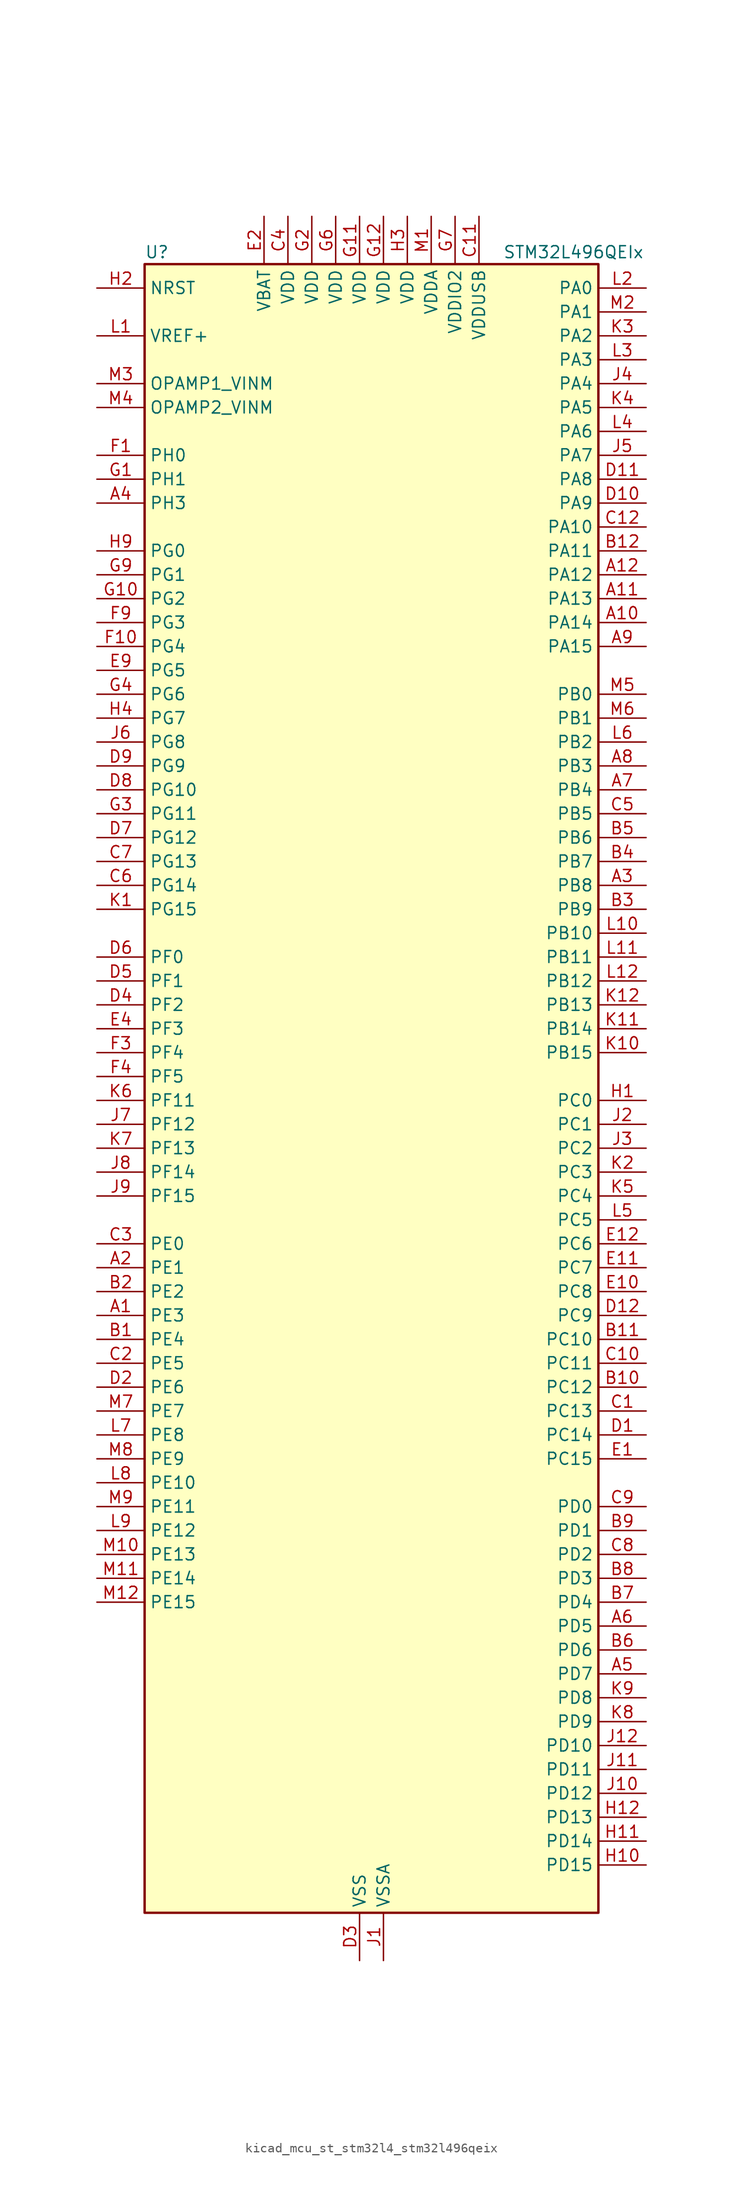
<source format=kicad_sym>
(kicad_symbol_lib
  (version 20220914)
  (generator kicad_symbol_editor)
  (symbol "kicad_mcu_st_stm32l4_stm32l496qeix"
    (property "Reference" "U"
      (at -22.86 90.17 0)
      (effects (font (size 1.27 1.27)) (justify left)))
    (property "Value" "STM32L496QEIx"
      (at 15.24 90.17 0)
      (effects (font (size 1.27 1.27)) (justify left)))
    (property "ki_locked" ""
      (at 0 0 0)
      (effects (font (size 1.27 1.27))))
    (symbol "kicad_mcu_st_stm32l4_stm32l496qeix_0_1"
      (rectangle (start -22.86 -86.36) (end 25.4 88.9) (stroke (width 0.254) (type default)) (fill (type background))))
    (symbol "kicad_mcu_st_stm32l4_stm32l496qeix_1_1"
      (pin bidirectional line (at -27.94 -22.86 0) (length 5.08) (name "PE3" (effects (font (size 1.27 1.27)))) (number "A1" (effects (font (size 1.27 1.27)))) (alternate "FMC_A19" bidirectional line) (alternate "LCD_SEG39" bidirectional line) (alternate "SAI1_SD_B" bidirectional line) (alternate "SYS_TRACED0" bidirectional line) (alternate "TIM3_CH1" bidirectional line) (alternate "TSC_G7_IO2" bidirectional line))
      (pin bidirectional line (at 30.48 50.8 180) (length 5.08) (name "PA14" (effects (font (size 1.27 1.27)))) (number "A10" (effects (font (size 1.27 1.27)))) (alternate "I2C1_SMBA" bidirectional line) (alternate "I2C4_SMBA" bidirectional line) (alternate "LPTIM1_OUT" bidirectional line) (alternate "SAI1_FS_B" bidirectional line) (alternate "SWPMI1_RX" bidirectional line) (alternate "SYS_JTCK-SWCLK" bidirectional line) (alternate "USB_OTG_FS_SOF" bidirectional line))
      (pin bidirectional line (at 30.48 53.34 180) (length 5.08) (name "PA13" (effects (font (size 1.27 1.27)))) (number "A11" (effects (font (size 1.27 1.27)))) (alternate "IR_OUT" bidirectional line) (alternate "SAI1_SD_B" bidirectional line) (alternate "SWPMI1_TX" bidirectional line) (alternate "SYS_JTMS-SWDIO" bidirectional line) (alternate "USB_OTG_FS_NOE" bidirectional line))
      (pin bidirectional line (at 30.48 55.88 180) (length 5.08) (name "PA12" (effects (font (size 1.27 1.27)))) (number "A12" (effects (font (size 1.27 1.27)))) (alternate "CAN1_TX" bidirectional line) (alternate "SPI1_MOSI" bidirectional line) (alternate "TIM1_ETR" bidirectional line) (alternate "USART1_DE" bidirectional line) (alternate "USART1_RTS" bidirectional line) (alternate "USB_OTG_FS_DP" bidirectional line))
      (pin bidirectional line (at -27.94 -17.78 0) (length 5.08) (name "PE1" (effects (font (size 1.27 1.27)))) (number "A2" (effects (font (size 1.27 1.27)))) (alternate "DCMI_D3" bidirectional line) (alternate "FMC_NBL1" bidirectional line) (alternate "LCD_SEG37" bidirectional line) (alternate "TIM17_CH1" bidirectional line))
      (pin bidirectional line (at 30.48 22.86 180) (length 5.08) (name "PB8" (effects (font (size 1.27 1.27)))) (number "A3" (effects (font (size 1.27 1.27)))) (alternate "CAN1_RX" bidirectional line) (alternate "DCMI_D6" bidirectional line) (alternate "DFSDM1_DATIN6" bidirectional line) (alternate "I2C1_SCL" bidirectional line) (alternate "LCD_SEG16" bidirectional line) (alternate "SAI1_MCLK_A" bidirectional line) (alternate "SDMMC1_D4" bidirectional line) (alternate "TIM16_CH1" bidirectional line) (alternate "TIM4_CH3" bidirectional line))
      (pin bidirectional line (at -27.94 63.5 0) (length 5.08) (name "PH3" (effects (font (size 1.27 1.27)))) (number "A4" (effects (font (size 1.27 1.27)))))
      (pin bidirectional line (at 30.48 -60.96 180) (length 5.08) (name "PD7" (effects (font (size 1.27 1.27)))) (number "A5" (effects (font (size 1.27 1.27)))) (alternate "DFSDM1_CKIN1" bidirectional line) (alternate "FMC_NE1" bidirectional line) (alternate "QUADSPI_BK2_IO3" bidirectional line) (alternate "USART2_CK" bidirectional line))
      (pin bidirectional line (at 30.48 -55.88 180) (length 5.08) (name "PD5" (effects (font (size 1.27 1.27)))) (number "A6" (effects (font (size 1.27 1.27)))) (alternate "FMC_NWE" bidirectional line) (alternate "QUADSPI_BK2_IO1" bidirectional line) (alternate "USART2_TX" bidirectional line))
      (pin bidirectional line (at 30.48 33.02 180) (length 5.08) (name "PB4" (effects (font (size 1.27 1.27)))) (number "A7" (effects (font (size 1.27 1.27)))) (alternate "COMP2_INP" bidirectional line) (alternate "DCMI_D12" bidirectional line) (alternate "I2C3_SDA" bidirectional line) (alternate "LCD_SEG8" bidirectional line) (alternate "SAI1_MCLK_B" bidirectional line) (alternate "SPI1_MISO" bidirectional line) (alternate "SPI3_MISO" bidirectional line) (alternate "SYS_JTRST" bidirectional line) (alternate "TIM17_BKIN" bidirectional line) (alternate "TIM3_CH1" bidirectional line) (alternate "TSC_G2_IO1" bidirectional line) (alternate "UART5_DE" bidirectional line) (alternate "UART5_RTS" bidirectional line) (alternate "USART1_CTS" bidirectional line))
      (pin bidirectional line (at 30.48 35.56 180) (length 5.08) (name "PB3" (effects (font (size 1.27 1.27)))) (number "A8" (effects (font (size 1.27 1.27)))) (alternate "COMP2_INM" bidirectional line) (alternate "CRS_SYNC" bidirectional line) (alternate "LCD_SEG7" bidirectional line) (alternate "SAI1_SCK_B" bidirectional line) (alternate "SPI1_SCK" bidirectional line) (alternate "SPI3_SCK" bidirectional line) (alternate "SYS_JTDO-SWO" bidirectional line) (alternate "TIM2_CH2" bidirectional line) (alternate "USART1_DE" bidirectional line) (alternate "USART1_RTS" bidirectional line))
      (pin bidirectional line (at 30.48 48.26 180) (length 5.08) (name "PA15" (effects (font (size 1.27 1.27)))) (number "A9" (effects (font (size 1.27 1.27)))) (alternate "ADC1_EXTI15" bidirectional line) (alternate "ADC2_EXTI15" bidirectional line) (alternate "ADC3_EXTI15" bidirectional line) (alternate "LCD_SEG17" bidirectional line) (alternate "SAI2_FS_B" bidirectional line) (alternate "SPI1_NSS" bidirectional line) (alternate "SPI3_NSS" bidirectional line) (alternate "SWPMI1_SUSPEND" bidirectional line) (alternate "SYS_JTDI" bidirectional line) (alternate "TIM2_CH1" bidirectional line) (alternate "TIM2_ETR" bidirectional line) (alternate "TSC_G3_IO1" bidirectional line) (alternate "UART4_DE" bidirectional line) (alternate "UART4_RTS" bidirectional line) (alternate "USART2_RX" bidirectional line) (alternate "USART3_DE" bidirectional line) (alternate "USART3_RTS" bidirectional line))
      (pin bidirectional line (at -27.94 -25.4 0) (length 5.08) (name "PE4" (effects (font (size 1.27 1.27)))) (number "B1" (effects (font (size 1.27 1.27)))) (alternate "DCMI_D4" bidirectional line) (alternate "DFSDM1_DATIN3" bidirectional line) (alternate "FMC_A20" bidirectional line) (alternate "SAI1_FS_A" bidirectional line) (alternate "SYS_TRACED1" bidirectional line) (alternate "TIM3_CH2" bidirectional line) (alternate "TSC_G7_IO3" bidirectional line))
      (pin bidirectional line (at 30.48 -30.48 180) (length 5.08) (name "PC12" (effects (font (size 1.27 1.27)))) (number "B10" (effects (font (size 1.27 1.27)))) (alternate "DCMI_D9" bidirectional line) (alternate "LCD_COM6" bidirectional line) (alternate "LCD_SEG30" bidirectional line) (alternate "LCD_SEG42" bidirectional line) (alternate "SAI2_SD_B" bidirectional line) (alternate "SDMMC1_CK" bidirectional line) (alternate "SPI3_MOSI" bidirectional line) (alternate "SYS_TRACED3" bidirectional line) (alternate "TSC_G3_IO4" bidirectional line) (alternate "UART5_TX" bidirectional line) (alternate "USART3_CK" bidirectional line))
      (pin bidirectional line (at 30.48 -25.4 180) (length 5.08) (name "PC10" (effects (font (size 1.27 1.27)))) (number "B11" (effects (font (size 1.27 1.27)))) (alternate "DCMI_D8" bidirectional line) (alternate "LCD_COM4" bidirectional line) (alternate "LCD_SEG28" bidirectional line) (alternate "LCD_SEG40" bidirectional line) (alternate "SAI2_SCK_B" bidirectional line) (alternate "SDMMC1_D2" bidirectional line) (alternate "SPI3_SCK" bidirectional line) (alternate "SYS_TRACED1" bidirectional line) (alternate "TSC_G3_IO2" bidirectional line) (alternate "UART4_TX" bidirectional line) (alternate "USART3_TX" bidirectional line))
      (pin bidirectional line (at 30.48 58.42 180) (length 5.08) (name "PA11" (effects (font (size 1.27 1.27)))) (number "B12" (effects (font (size 1.27 1.27)))) (alternate "ADC1_EXTI11" bidirectional line) (alternate "ADC2_EXTI11" bidirectional line) (alternate "ADC3_EXTI11" bidirectional line) (alternate "CAN1_RX" bidirectional line) (alternate "SPI1_MISO" bidirectional line) (alternate "TIM1_BKIN2" bidirectional line) (alternate "TIM1_BKIN2_COMP1" bidirectional line) (alternate "TIM1_CH4" bidirectional line) (alternate "USART1_CTS" bidirectional line) (alternate "USB_OTG_FS_DM" bidirectional line))
      (pin bidirectional line (at -27.94 -20.32 0) (length 5.08) (name "PE2" (effects (font (size 1.27 1.27)))) (number "B2" (effects (font (size 1.27 1.27)))) (alternate "FMC_A23" bidirectional line) (alternate "LCD_SEG38" bidirectional line) (alternate "SAI1_MCLK_A" bidirectional line) (alternate "SYS_TRACECLK" bidirectional line) (alternate "TIM3_ETR" bidirectional line) (alternate "TSC_G7_IO1" bidirectional line))
      (pin bidirectional line (at 30.48 20.32 180) (length 5.08) (name "PB9" (effects (font (size 1.27 1.27)))) (number "B3" (effects (font (size 1.27 1.27)))) (alternate "CAN1_TX" bidirectional line) (alternate "DAC1_EXTI9" bidirectional line) (alternate "DCMI_D7" bidirectional line) (alternate "DFSDM1_CKIN6" bidirectional line) (alternate "I2C1_SDA" bidirectional line) (alternate "IR_OUT" bidirectional line) (alternate "LCD_COM3" bidirectional line) (alternate "SAI1_FS_A" bidirectional line) (alternate "SDMMC1_D5" bidirectional line) (alternate "SPI2_NSS" bidirectional line) (alternate "TIM17_CH1" bidirectional line) (alternate "TIM4_CH4" bidirectional line))
      (pin bidirectional line (at 30.48 25.4 180) (length 5.08) (name "PB7" (effects (font (size 1.27 1.27)))) (number "B4" (effects (font (size 1.27 1.27)))) (alternate "COMP2_INM" bidirectional line) (alternate "DCMI_VSYNC" bidirectional line) (alternate "DFSDM1_CKIN5" bidirectional line) (alternate "FMC_NL" bidirectional line) (alternate "I2C1_SDA" bidirectional line) (alternate "I2C4_SDA" bidirectional line) (alternate "LCD_SEG21" bidirectional line) (alternate "LPTIM1_IN2" bidirectional line) (alternate "SYS_PVD_IN" bidirectional line) (alternate "TIM17_CH1N" bidirectional line) (alternate "TIM4_CH2" bidirectional line) (alternate "TIM8_BKIN" bidirectional line) (alternate "TIM8_BKIN_COMP1" bidirectional line) (alternate "TSC_G2_IO4" bidirectional line) (alternate "UART4_CTS" bidirectional line) (alternate "USART1_RX" bidirectional line))
      (pin bidirectional line (at 30.48 27.94 180) (length 5.08) (name "PB6" (effects (font (size 1.27 1.27)))) (number "B5" (effects (font (size 1.27 1.27)))) (alternate "CAN2_TX" bidirectional line) (alternate "COMP2_INP" bidirectional line) (alternate "DCMI_D5" bidirectional line) (alternate "DFSDM1_DATIN5" bidirectional line) (alternate "I2C1_SCL" bidirectional line) (alternate "I2C4_SCL" bidirectional line) (alternate "LPTIM1_ETR" bidirectional line) (alternate "SAI1_FS_B" bidirectional line) (alternate "TIM16_CH1N" bidirectional line) (alternate "TIM4_CH1" bidirectional line) (alternate "TIM8_BKIN2" bidirectional line) (alternate "TIM8_BKIN2_COMP2" bidirectional line) (alternate "TSC_G2_IO3" bidirectional line) (alternate "USART1_TX" bidirectional line))
      (pin bidirectional line (at 30.48 -58.42 180) (length 5.08) (name "PD6" (effects (font (size 1.27 1.27)))) (number "B6" (effects (font (size 1.27 1.27)))) (alternate "DCMI_D10" bidirectional line) (alternate "DFSDM1_DATIN1" bidirectional line) (alternate "FMC_NWAIT" bidirectional line) (alternate "QUADSPI_BK2_IO1" bidirectional line) (alternate "QUADSPI_BK2_IO2" bidirectional line) (alternate "SAI1_SD_A" bidirectional line) (alternate "USART2_RX" bidirectional line))
      (pin bidirectional line (at 30.48 -53.34 180) (length 5.08) (name "PD4" (effects (font (size 1.27 1.27)))) (number "B7" (effects (font (size 1.27 1.27)))) (alternate "DFSDM1_CKIN0" bidirectional line) (alternate "FMC_NOE" bidirectional line) (alternate "QUADSPI_BK2_IO0" bidirectional line) (alternate "SPI2_MOSI" bidirectional line) (alternate "USART2_DE" bidirectional line) (alternate "USART2_RTS" bidirectional line))
      (pin bidirectional line (at 30.48 -50.8 180) (length 5.08) (name "PD3" (effects (font (size 1.27 1.27)))) (number "B8" (effects (font (size 1.27 1.27)))) (alternate "DCMI_D5" bidirectional line) (alternate "DFSDM1_DATIN0" bidirectional line) (alternate "FMC_CLK" bidirectional line) (alternate "QUADSPI_BK2_NCS" bidirectional line) (alternate "SPI2_MISO" bidirectional line) (alternate "SPI2_SCK" bidirectional line) (alternate "USART2_CTS" bidirectional line))
      (pin bidirectional line (at 30.48 -45.72 180) (length 5.08) (name "PD1" (effects (font (size 1.27 1.27)))) (number "B9" (effects (font (size 1.27 1.27)))) (alternate "CAN1_TX" bidirectional line) (alternate "DFSDM1_CKIN7" bidirectional line) (alternate "FMC_D3" bidirectional line) (alternate "FMC_DA3" bidirectional line) (alternate "SPI2_SCK" bidirectional line))
      (pin bidirectional line (at 30.48 -33.02 180) (length 5.08) (name "PC13" (effects (font (size 1.27 1.27)))) (number "C1" (effects (font (size 1.27 1.27)))) (alternate "RTC_OUT_ALARM" bidirectional line) (alternate "RTC_OUT_CALIB" bidirectional line) (alternate "RTC_TAMP1" bidirectional line) (alternate "RTC_TS" bidirectional line) (alternate "SYS_WKUP2" bidirectional line))
      (pin bidirectional line (at 30.48 -27.94 180) (length 5.08) (name "PC11" (effects (font (size 1.27 1.27)))) (number "C10" (effects (font (size 1.27 1.27)))) (alternate "ADC1_EXTI11" bidirectional line) (alternate "ADC2_EXTI11" bidirectional line) (alternate "ADC3_EXTI11" bidirectional line) (alternate "DCMI_D4" bidirectional line) (alternate "LCD_COM5" bidirectional line) (alternate "LCD_SEG29" bidirectional line) (alternate "LCD_SEG41" bidirectional line) (alternate "QUADSPI_BK2_NCS" bidirectional line) (alternate "SAI2_MCLK_B" bidirectional line) (alternate "SDMMC1_D3" bidirectional line) (alternate "SPI3_MISO" bidirectional line) (alternate "TSC_G3_IO3" bidirectional line) (alternate "UART4_RX" bidirectional line) (alternate "USART3_RX" bidirectional line))
      (pin power_in line (at 12.7 93.98 270) (length 5.08) (name "VDDUSB" (effects (font (size 1.27 1.27)))) (number "C11" (effects (font (size 1.27 1.27)))))
      (pin bidirectional line (at 30.48 60.96 180) (length 5.08) (name "PA10" (effects (font (size 1.27 1.27)))) (number "C12" (effects (font (size 1.27 1.27)))) (alternate "DCMI_D1" bidirectional line) (alternate "LCD_COM2" bidirectional line) (alternate "SAI1_SD_A" bidirectional line) (alternate "TIM17_BKIN" bidirectional line) (alternate "TIM1_CH3" bidirectional line) (alternate "USART1_RX" bidirectional line) (alternate "USB_OTG_FS_ID" bidirectional line))
      (pin bidirectional line (at -27.94 -27.94 0) (length 5.08) (name "PE5" (effects (font (size 1.27 1.27)))) (number "C2" (effects (font (size 1.27 1.27)))) (alternate "DCMI_D6" bidirectional line) (alternate "DFSDM1_CKIN3" bidirectional line) (alternate "FMC_A21" bidirectional line) (alternate "SAI1_SCK_A" bidirectional line) (alternate "SYS_TRACED2" bidirectional line) (alternate "TIM3_CH3" bidirectional line) (alternate "TSC_G7_IO4" bidirectional line))
      (pin bidirectional line (at -27.94 -15.24 0) (length 5.08) (name "PE0" (effects (font (size 1.27 1.27)))) (number "C3" (effects (font (size 1.27 1.27)))) (alternate "DCMI_D2" bidirectional line) (alternate "FMC_NBL0" bidirectional line) (alternate "LCD_SEG36" bidirectional line) (alternate "TIM16_CH1" bidirectional line) (alternate "TIM4_ETR" bidirectional line))
      (pin power_in line (at -7.62 93.98 270) (length 5.08) (name "VDD" (effects (font (size 1.27 1.27)))) (number "C4" (effects (font (size 1.27 1.27)))))
      (pin bidirectional line (at 30.48 30.48 180) (length 5.08) (name "PB5" (effects (font (size 1.27 1.27)))) (number "C5" (effects (font (size 1.27 1.27)))) (alternate "CAN2_RX" bidirectional line) (alternate "COMP2_OUT" bidirectional line) (alternate "DCMI_D10" bidirectional line) (alternate "I2C1_SMBA" bidirectional line) (alternate "LCD_SEG9" bidirectional line) (alternate "LPTIM1_IN1" bidirectional line) (alternate "SAI1_SD_B" bidirectional line) (alternate "SPI1_MOSI" bidirectional line) (alternate "SPI3_MOSI" bidirectional line) (alternate "TIM16_BKIN" bidirectional line) (alternate "TIM3_CH2" bidirectional line) (alternate "TSC_G2_IO2" bidirectional line) (alternate "UART5_CTS" bidirectional line) (alternate "USART1_CK" bidirectional line))
      (pin bidirectional line (at -27.94 22.86 0) (length 5.08) (name "PG14" (effects (font (size 1.27 1.27)))) (number "C6" (effects (font (size 1.27 1.27)))) (alternate "FMC_A25" bidirectional line) (alternate "I2C1_SCL" bidirectional line))
      (pin bidirectional line (at -27.94 25.4 0) (length 5.08) (name "PG13" (effects (font (size 1.27 1.27)))) (number "C7" (effects (font (size 1.27 1.27)))) (alternate "FMC_A24" bidirectional line) (alternate "I2C1_SDA" bidirectional line) (alternate "USART1_CK" bidirectional line))
      (pin bidirectional line (at 30.48 -48.26 180) (length 5.08) (name "PD2" (effects (font (size 1.27 1.27)))) (number "C8" (effects (font (size 1.27 1.27)))) (alternate "DCMI_D11" bidirectional line) (alternate "LCD_COM7" bidirectional line) (alternate "LCD_SEG31" bidirectional line) (alternate "LCD_SEG43" bidirectional line) (alternate "SDMMC1_CMD" bidirectional line) (alternate "SYS_TRACED2" bidirectional line) (alternate "TIM3_ETR" bidirectional line) (alternate "TSC_SYNC" bidirectional line) (alternate "UART5_RX" bidirectional line) (alternate "USART3_DE" bidirectional line) (alternate "USART3_RTS" bidirectional line))
      (pin bidirectional line (at 30.48 -43.18 180) (length 5.08) (name "PD0" (effects (font (size 1.27 1.27)))) (number "C9" (effects (font (size 1.27 1.27)))) (alternate "CAN1_RX" bidirectional line) (alternate "DFSDM1_DATIN7" bidirectional line) (alternate "FMC_D2" bidirectional line) (alternate "FMC_DA2" bidirectional line) (alternate "SPI2_NSS" bidirectional line))
      (pin bidirectional line (at 30.48 -35.56 180) (length 5.08) (name "PC14" (effects (font (size 1.27 1.27)))) (number "D1" (effects (font (size 1.27 1.27)))) (alternate "RCC_OSC32_IN" bidirectional line))
      (pin bidirectional line (at 30.48 63.5 180) (length 5.08) (name "PA9" (effects (font (size 1.27 1.27)))) (number "D10" (effects (font (size 1.27 1.27)))) (alternate "DAC1_EXTI9" bidirectional line) (alternate "DCMI_D0" bidirectional line) (alternate "LCD_COM1" bidirectional line) (alternate "SAI1_FS_A" bidirectional line) (alternate "SPI2_SCK" bidirectional line) (alternate "TIM15_BKIN" bidirectional line) (alternate "TIM1_CH2" bidirectional line) (alternate "USART1_TX" bidirectional line) (alternate "USB_OTG_FS_VBUS" bidirectional line))
      (pin bidirectional line (at 30.48 66.04 180) (length 5.08) (name "PA8" (effects (font (size 1.27 1.27)))) (number "D11" (effects (font (size 1.27 1.27)))) (alternate "LCD_COM0" bidirectional line) (alternate "LPTIM2_OUT" bidirectional line) (alternate "RCC_MCO" bidirectional line) (alternate "SAI1_SCK_A" bidirectional line) (alternate "SWPMI1_IO" bidirectional line) (alternate "TIM1_CH1" bidirectional line) (alternate "USART1_CK" bidirectional line) (alternate "USB_OTG_FS_SOF" bidirectional line))
      (pin bidirectional line (at 30.48 -22.86 180) (length 5.08) (name "PC9" (effects (font (size 1.27 1.27)))) (number "D12" (effects (font (size 1.27 1.27)))) (alternate "DAC1_EXTI9" bidirectional line) (alternate "DCMI_D3" bidirectional line) (alternate "I2C3_SDA" bidirectional line) (alternate "LCD_SEG27" bidirectional line) (alternate "SAI2_EXTCLK" bidirectional line) (alternate "SDMMC1_D1" bidirectional line) (alternate "TIM3_CH4" bidirectional line) (alternate "TIM8_BKIN2" bidirectional line) (alternate "TIM8_BKIN2_COMP1" bidirectional line) (alternate "TIM8_CH4" bidirectional line) (alternate "TSC_G4_IO4" bidirectional line) (alternate "USB_OTG_FS_NOE" bidirectional line))
      (pin bidirectional line (at -27.94 -30.48 0) (length 5.08) (name "PE6" (effects (font (size 1.27 1.27)))) (number "D2" (effects (font (size 1.27 1.27)))) (alternate "DCMI_D7" bidirectional line) (alternate "FMC_A22" bidirectional line) (alternate "RTC_TAMP3" bidirectional line) (alternate "SAI1_SD_A" bidirectional line) (alternate "SYS_TRACED3" bidirectional line) (alternate "SYS_WKUP3" bidirectional line) (alternate "TIM3_CH4" bidirectional line))
      (pin power_in line (at 0 -91.44 90) (length 5.08) (name "VSS" (effects (font (size 1.27 1.27)))) (number "D3" (effects (font (size 1.27 1.27)))))
      (pin bidirectional line (at -27.94 10.16 0) (length 5.08) (name "PF2" (effects (font (size 1.27 1.27)))) (number "D4" (effects (font (size 1.27 1.27)))) (alternate "FMC_A2" bidirectional line) (alternate "I2C2_SMBA" bidirectional line))
      (pin bidirectional line (at -27.94 12.7 0) (length 5.08) (name "PF1" (effects (font (size 1.27 1.27)))) (number "D5" (effects (font (size 1.27 1.27)))) (alternate "FMC_A1" bidirectional line) (alternate "I2C2_SCL" bidirectional line))
      (pin bidirectional line (at -27.94 15.24 0) (length 5.08) (name "PF0" (effects (font (size 1.27 1.27)))) (number "D6" (effects (font (size 1.27 1.27)))) (alternate "FMC_A0" bidirectional line) (alternate "I2C2_SDA" bidirectional line))
      (pin bidirectional line (at -27.94 27.94 0) (length 5.08) (name "PG12" (effects (font (size 1.27 1.27)))) (number "D7" (effects (font (size 1.27 1.27)))) (alternate "FMC_NE4" bidirectional line) (alternate "LPTIM1_ETR" bidirectional line) (alternate "SAI2_SD_A" bidirectional line) (alternate "SPI3_NSS" bidirectional line) (alternate "USART1_DE" bidirectional line) (alternate "USART1_RTS" bidirectional line))
      (pin bidirectional line (at -27.94 33.02 0) (length 5.08) (name "PG10" (effects (font (size 1.27 1.27)))) (number "D8" (effects (font (size 1.27 1.27)))) (alternate "FMC_NE3" bidirectional line) (alternate "LPTIM1_IN1" bidirectional line) (alternate "SAI2_FS_A" bidirectional line) (alternate "SPI3_MISO" bidirectional line) (alternate "TIM15_CH1" bidirectional line) (alternate "USART1_RX" bidirectional line))
      (pin bidirectional line (at -27.94 35.56 0) (length 5.08) (name "PG9" (effects (font (size 1.27 1.27)))) (number "D9" (effects (font (size 1.27 1.27)))) (alternate "DAC1_EXTI9" bidirectional line) (alternate "FMC_NCE" bidirectional line) (alternate "FMC_NE2" bidirectional line) (alternate "SAI2_SCK_A" bidirectional line) (alternate "SPI3_SCK" bidirectional line) (alternate "TIM15_CH1N" bidirectional line) (alternate "USART1_TX" bidirectional line))
      (pin bidirectional line (at 30.48 -38.1 180) (length 5.08) (name "PC15" (effects (font (size 1.27 1.27)))) (number "E1" (effects (font (size 1.27 1.27)))) (alternate "ADC1_EXTI15" bidirectional line) (alternate "ADC2_EXTI15" bidirectional line) (alternate "ADC3_EXTI15" bidirectional line) (alternate "RCC_OSC32_OUT" bidirectional line))
      (pin bidirectional line (at 30.48 -20.32 180) (length 5.08) (name "PC8" (effects (font (size 1.27 1.27)))) (number "E10" (effects (font (size 1.27 1.27)))) (alternate "DCMI_D2" bidirectional line) (alternate "LCD_SEG26" bidirectional line) (alternate "SDMMC1_D0" bidirectional line) (alternate "TIM3_CH3" bidirectional line) (alternate "TIM8_CH3" bidirectional line) (alternate "TSC_G4_IO3" bidirectional line))
      (pin bidirectional line (at 30.48 -17.78 180) (length 5.08) (name "PC7" (effects (font (size 1.27 1.27)))) (number "E11" (effects (font (size 1.27 1.27)))) (alternate "DCMI_D1" bidirectional line) (alternate "DFSDM1_DATIN3" bidirectional line) (alternate "LCD_SEG25" bidirectional line) (alternate "SAI2_MCLK_B" bidirectional line) (alternate "SDMMC1_D7" bidirectional line) (alternate "TIM3_CH2" bidirectional line) (alternate "TIM8_CH2" bidirectional line) (alternate "TSC_G4_IO2" bidirectional line))
      (pin bidirectional line (at 30.48 -15.24 180) (length 5.08) (name "PC6" (effects (font (size 1.27 1.27)))) (number "E12" (effects (font (size 1.27 1.27)))) (alternate "DCMI_D0" bidirectional line) (alternate "DFSDM1_CKIN3" bidirectional line) (alternate "LCD_SEG24" bidirectional line) (alternate "SAI2_MCLK_A" bidirectional line) (alternate "SDMMC1_D6" bidirectional line) (alternate "TIM3_CH1" bidirectional line) (alternate "TIM8_CH1" bidirectional line) (alternate "TSC_G4_IO1" bidirectional line))
      (pin power_in line (at -10.16 93.98 270) (length 5.08) (name "VBAT" (effects (font (size 1.27 1.27)))) (number "E2" (effects (font (size 1.27 1.27)))))
      (pin passive line (at 0 -91.44 90) (length 5.08) hide (name "VSS" (effects (font (size 1.27 1.27)))) (number "E3" (effects (font (size 1.27 1.27)))))
      (pin bidirectional line (at -27.94 7.62 0) (length 5.08) (name "PF3" (effects (font (size 1.27 1.27)))) (number "E4" (effects (font (size 1.27 1.27)))) (alternate "ADC3_IN6" bidirectional line) (alternate "FMC_A3" bidirectional line))
      (pin bidirectional line (at -27.94 45.72 0) (length 5.08) (name "PG5" (effects (font (size 1.27 1.27)))) (number "E9" (effects (font (size 1.27 1.27)))) (alternate "FMC_A15" bidirectional line) (alternate "LPUART1_CTS" bidirectional line) (alternate "SAI2_SD_B" bidirectional line) (alternate "SPI1_NSS" bidirectional line))
      (pin bidirectional line (at -27.94 68.58 0) (length 5.08) (name "PH0" (effects (font (size 1.27 1.27)))) (number "F1" (effects (font (size 1.27 1.27)))) (alternate "RCC_OSC_IN" bidirectional line))
      (pin bidirectional line (at -27.94 48.26 0) (length 5.08) (name "PG4" (effects (font (size 1.27 1.27)))) (number "F10" (effects (font (size 1.27 1.27)))) (alternate "FMC_A14" bidirectional line) (alternate "SAI2_MCLK_B" bidirectional line) (alternate "SPI1_MOSI" bidirectional line))
      (pin passive line (at 0 -91.44 90) (length 5.08) hide (name "VSS" (effects (font (size 1.27 1.27)))) (number "F11" (effects (font (size 1.27 1.27)))))
      (pin passive line (at 0 -91.44 90) (length 5.08) hide (name "VSS" (effects (font (size 1.27 1.27)))) (number "F12" (effects (font (size 1.27 1.27)))))
      (pin passive line (at 0 -91.44 90) (length 5.08) hide (name "VSS" (effects (font (size 1.27 1.27)))) (number "F2" (effects (font (size 1.27 1.27)))))
      (pin bidirectional line (at -27.94 5.08 0) (length 5.08) (name "PF4" (effects (font (size 1.27 1.27)))) (number "F3" (effects (font (size 1.27 1.27)))) (alternate "ADC3_IN7" bidirectional line) (alternate "FMC_A4" bidirectional line))
      (pin bidirectional line (at -27.94 2.54 0) (length 5.08) (name "PF5" (effects (font (size 1.27 1.27)))) (number "F4" (effects (font (size 1.27 1.27)))) (alternate "ADC3_IN8" bidirectional line) (alternate "FMC_A5" bidirectional line))
      (pin passive line (at 0 -91.44 90) (length 5.08) hide (name "VSS" (effects (font (size 1.27 1.27)))) (number "F6" (effects (font (size 1.27 1.27)))))
      (pin passive line (at 0 -91.44 90) (length 5.08) hide (name "VSS" (effects (font (size 1.27 1.27)))) (number "F7" (effects (font (size 1.27 1.27)))))
      (pin bidirectional line (at -27.94 50.8 0) (length 5.08) (name "PG3" (effects (font (size 1.27 1.27)))) (number "F9" (effects (font (size 1.27 1.27)))) (alternate "FMC_A13" bidirectional line) (alternate "SAI2_FS_B" bidirectional line) (alternate "SPI1_MISO" bidirectional line))
      (pin bidirectional line (at -27.94 66.04 0) (length 5.08) (name "PH1" (effects (font (size 1.27 1.27)))) (number "G1" (effects (font (size 1.27 1.27)))) (alternate "RCC_OSC_OUT" bidirectional line))
      (pin bidirectional line (at -27.94 53.34 0) (length 5.08) (name "PG2" (effects (font (size 1.27 1.27)))) (number "G10" (effects (font (size 1.27 1.27)))) (alternate "FMC_A12" bidirectional line) (alternate "SAI2_SCK_B" bidirectional line) (alternate "SPI1_SCK" bidirectional line))
      (pin power_in line (at 0 93.98 270) (length 5.08) (name "VDD" (effects (font (size 1.27 1.27)))) (number "G11" (effects (font (size 1.27 1.27)))))
      (pin power_in line (at 2.54 93.98 270) (length 5.08) (name "VDD" (effects (font (size 1.27 1.27)))) (number "G12" (effects (font (size 1.27 1.27)))))
      (pin power_in line (at -5.08 93.98 270) (length 5.08) (name "VDD" (effects (font (size 1.27 1.27)))) (number "G2" (effects (font (size 1.27 1.27)))))
      (pin bidirectional line (at -27.94 30.48 0) (length 5.08) (name "PG11" (effects (font (size 1.27 1.27)))) (number "G3" (effects (font (size 1.27 1.27)))) (alternate "ADC1_EXTI11" bidirectional line) (alternate "ADC2_EXTI11" bidirectional line) (alternate "ADC3_EXTI11" bidirectional line) (alternate "LPTIM1_IN2" bidirectional line) (alternate "SAI2_MCLK_A" bidirectional line) (alternate "SPI3_MOSI" bidirectional line) (alternate "TIM15_CH2" bidirectional line) (alternate "USART1_CTS" bidirectional line))
      (pin bidirectional line (at -27.94 43.18 0) (length 5.08) (name "PG6" (effects (font (size 1.27 1.27)))) (number "G4" (effects (font (size 1.27 1.27)))) (alternate "I2C3_SMBA" bidirectional line) (alternate "LPUART1_DE" bidirectional line) (alternate "LPUART1_RTS" bidirectional line))
      (pin power_in line (at -2.54 93.98 270) (length 5.08) (name "VDD" (effects (font (size 1.27 1.27)))) (number "G6" (effects (font (size 1.27 1.27)))))
      (pin power_in line (at 10.16 93.98 270) (length 5.08) (name "VDDIO2" (effects (font (size 1.27 1.27)))) (number "G7" (effects (font (size 1.27 1.27)))))
      (pin bidirectional line (at -27.94 55.88 0) (length 5.08) (name "PG1" (effects (font (size 1.27 1.27)))) (number "G9" (effects (font (size 1.27 1.27)))) (alternate "FMC_A11" bidirectional line) (alternate "TSC_G8_IO4" bidirectional line))
      (pin bidirectional line (at 30.48 0 180) (length 5.08) (name "PC0" (effects (font (size 1.27 1.27)))) (number "H1" (effects (font (size 1.27 1.27)))) (alternate "ADC1_IN1" bidirectional line) (alternate "ADC2_IN1" bidirectional line) (alternate "ADC3_IN1" bidirectional line) (alternate "DFSDM1_DATIN4" bidirectional line) (alternate "I2C3_SCL" bidirectional line) (alternate "I2C4_SCL" bidirectional line) (alternate "LCD_SEG18" bidirectional line) (alternate "LPTIM1_IN1" bidirectional line) (alternate "LPTIM2_IN1" bidirectional line) (alternate "LPUART1_RX" bidirectional line))
      (pin bidirectional line (at 30.48 -81.28 180) (length 5.08) (name "PD15" (effects (font (size 1.27 1.27)))) (number "H10" (effects (font (size 1.27 1.27)))) (alternate "ADC1_EXTI15" bidirectional line) (alternate "ADC2_EXTI15" bidirectional line) (alternate "ADC3_EXTI15" bidirectional line) (alternate "FMC_D1" bidirectional line) (alternate "FMC_DA1" bidirectional line) (alternate "LCD_SEG35" bidirectional line) (alternate "TIM4_CH4" bidirectional line))
      (pin bidirectional line (at 30.48 -78.74 180) (length 5.08) (name "PD14" (effects (font (size 1.27 1.27)))) (number "H11" (effects (font (size 1.27 1.27)))) (alternate "FMC_D0" bidirectional line) (alternate "FMC_DA0" bidirectional line) (alternate "LCD_SEG34" bidirectional line) (alternate "TIM4_CH3" bidirectional line))
      (pin bidirectional line (at 30.48 -76.2 180) (length 5.08) (name "PD13" (effects (font (size 1.27 1.27)))) (number "H12" (effects (font (size 1.27 1.27)))) (alternate "FMC_A18" bidirectional line) (alternate "I2C4_SDA" bidirectional line) (alternate "LCD_SEG33" bidirectional line) (alternate "LPTIM2_OUT" bidirectional line) (alternate "TIM4_CH2" bidirectional line) (alternate "TSC_G6_IO4" bidirectional line))
      (pin input line (at -27.94 86.36 0) (length 5.08) (name "NRST" (effects (font (size 1.27 1.27)))) (number "H2" (effects (font (size 1.27 1.27)))))
      (pin power_in line (at 5.08 93.98 270) (length 5.08) (name "VDD" (effects (font (size 1.27 1.27)))) (number "H3" (effects (font (size 1.27 1.27)))))
      (pin bidirectional line (at -27.94 40.64 0) (length 5.08) (name "PG7" (effects (font (size 1.27 1.27)))) (number "H4" (effects (font (size 1.27 1.27)))) (alternate "FMC_INT" bidirectional line) (alternate "I2C3_SCL" bidirectional line) (alternate "LPUART1_TX" bidirectional line) (alternate "SAI1_MCLK_A" bidirectional line))
      (pin bidirectional line (at -27.94 58.42 0) (length 5.08) (name "PG0" (effects (font (size 1.27 1.27)))) (number "H9" (effects (font (size 1.27 1.27)))) (alternate "FMC_A10" bidirectional line) (alternate "TSC_G8_IO3" bidirectional line))
      (pin power_in line (at 2.54 -91.44 90) (length 5.08) (name "VSSA" (effects (font (size 1.27 1.27)))) (number "J1" (effects (font (size 1.27 1.27)))))
      (pin bidirectional line (at 30.48 -73.66 180) (length 5.08) (name "PD12" (effects (font (size 1.27 1.27)))) (number "J10" (effects (font (size 1.27 1.27)))) (alternate "FMC_A17" bidirectional line) (alternate "FMC_ALE" bidirectional line) (alternate "I2C4_SCL" bidirectional line) (alternate "LCD_SEG32" bidirectional line) (alternate "LPTIM2_IN1" bidirectional line) (alternate "SAI2_FS_A" bidirectional line) (alternate "TIM4_CH1" bidirectional line) (alternate "TSC_G6_IO3" bidirectional line) (alternate "USART3_DE" bidirectional line) (alternate "USART3_RTS" bidirectional line))
      (pin bidirectional line (at 30.48 -71.12 180) (length 5.08) (name "PD11" (effects (font (size 1.27 1.27)))) (number "J11" (effects (font (size 1.27 1.27)))) (alternate "ADC1_EXTI11" bidirectional line) (alternate "ADC2_EXTI11" bidirectional line) (alternate "ADC3_EXTI11" bidirectional line) (alternate "FMC_A16" bidirectional line) (alternate "FMC_CLE" bidirectional line) (alternate "I2C4_SMBA" bidirectional line) (alternate "LCD_SEG31" bidirectional line) (alternate "LPTIM2_ETR" bidirectional line) (alternate "SAI2_SD_A" bidirectional line) (alternate "TSC_G6_IO2" bidirectional line) (alternate "USART3_CTS" bidirectional line))
      (pin bidirectional line (at 30.48 -68.58 180) (length 5.08) (name "PD10" (effects (font (size 1.27 1.27)))) (number "J12" (effects (font (size 1.27 1.27)))) (alternate "FMC_D15" bidirectional line) (alternate "FMC_DA15" bidirectional line) (alternate "LCD_SEG30" bidirectional line) (alternate "SAI2_SCK_A" bidirectional line) (alternate "TSC_G6_IO1" bidirectional line) (alternate "USART3_CK" bidirectional line))
      (pin bidirectional line (at 30.48 -2.54 180) (length 5.08) (name "PC1" (effects (font (size 1.27 1.27)))) (number "J2" (effects (font (size 1.27 1.27)))) (alternate "ADC1_IN2" bidirectional line) (alternate "ADC2_IN2" bidirectional line) (alternate "ADC3_IN2" bidirectional line) (alternate "DFSDM1_CKIN4" bidirectional line) (alternate "I2C3_SDA" bidirectional line) (alternate "I2C4_SDA" bidirectional line) (alternate "LCD_SEG19" bidirectional line) (alternate "LPTIM1_OUT" bidirectional line) (alternate "LPUART1_TX" bidirectional line) (alternate "QUADSPI_BK2_IO0" bidirectional line) (alternate "SAI1_SD_A" bidirectional line) (alternate "SPI2_MOSI" bidirectional line) (alternate "SYS_TRACED0" bidirectional line))
      (pin bidirectional line (at 30.48 -5.08 180) (length 5.08) (name "PC2" (effects (font (size 1.27 1.27)))) (number "J3" (effects (font (size 1.27 1.27)))) (alternate "ADC1_IN3" bidirectional line) (alternate "ADC2_IN3" bidirectional line) (alternate "ADC3_IN3" bidirectional line) (alternate "DFSDM1_CKOUT" bidirectional line) (alternate "LCD_SEG20" bidirectional line) (alternate "LPTIM1_IN2" bidirectional line) (alternate "QUADSPI_BK2_IO1" bidirectional line) (alternate "SPI2_MISO" bidirectional line))
      (pin bidirectional line (at 30.48 76.2 180) (length 5.08) (name "PA4" (effects (font (size 1.27 1.27)))) (number "J4" (effects (font (size 1.27 1.27)))) (alternate "ADC1_IN9" bidirectional line) (alternate "ADC2_IN9" bidirectional line) (alternate "DAC1_OUT1" bidirectional line) (alternate "DCMI_HSYNC" bidirectional line) (alternate "LPTIM2_OUT" bidirectional line) (alternate "SAI1_FS_B" bidirectional line) (alternate "SPI1_NSS" bidirectional line) (alternate "SPI3_NSS" bidirectional line) (alternate "USART2_CK" bidirectional line))
      (pin bidirectional line (at 30.48 68.58 180) (length 5.08) (name "PA7" (effects (font (size 1.27 1.27)))) (number "J5" (effects (font (size 1.27 1.27)))) (alternate "ADC1_IN12" bidirectional line) (alternate "ADC2_IN12" bidirectional line) (alternate "I2C3_SCL" bidirectional line) (alternate "LCD_SEG4" bidirectional line) (alternate "QUADSPI_BK1_IO2" bidirectional line) (alternate "SPI1_MOSI" bidirectional line) (alternate "TIM17_CH1" bidirectional line) (alternate "TIM1_CH1N" bidirectional line) (alternate "TIM3_CH2" bidirectional line) (alternate "TIM8_CH1N" bidirectional line))
      (pin bidirectional line (at -27.94 38.1 0) (length 5.08) (name "PG8" (effects (font (size 1.27 1.27)))) (number "J6" (effects (font (size 1.27 1.27)))) (alternate "I2C3_SDA" bidirectional line) (alternate "LPUART1_RX" bidirectional line))
      (pin bidirectional line (at -27.94 -2.54 0) (length 5.08) (name "PF12" (effects (font (size 1.27 1.27)))) (number "J7" (effects (font (size 1.27 1.27)))) (alternate "FMC_A6" bidirectional line))
      (pin bidirectional line (at -27.94 -7.62 0) (length 5.08) (name "PF14" (effects (font (size 1.27 1.27)))) (number "J8" (effects (font (size 1.27 1.27)))) (alternate "DFSDM1_CKIN6" bidirectional line) (alternate "FMC_A8" bidirectional line) (alternate "I2C4_SCL" bidirectional line) (alternate "TSC_G8_IO1" bidirectional line))
      (pin bidirectional line (at -27.94 -10.16 0) (length 5.08) (name "PF15" (effects (font (size 1.27 1.27)))) (number "J9" (effects (font (size 1.27 1.27)))) (alternate "ADC1_EXTI15" bidirectional line) (alternate "ADC2_EXTI15" bidirectional line) (alternate "ADC3_EXTI15" bidirectional line) (alternate "FMC_A9" bidirectional line) (alternate "I2C4_SDA" bidirectional line) (alternate "TSC_G8_IO2" bidirectional line))
      (pin bidirectional line (at -27.94 20.32 0) (length 5.08) (name "PG15" (effects (font (size 1.27 1.27)))) (number "K1" (effects (font (size 1.27 1.27)))) (alternate "ADC1_EXTI15" bidirectional line) (alternate "ADC2_EXTI15" bidirectional line) (alternate "ADC3_EXTI15" bidirectional line) (alternate "DCMI_D13" bidirectional line) (alternate "I2C1_SMBA" bidirectional line) (alternate "LPTIM1_OUT" bidirectional line))
      (pin bidirectional line (at 30.48 5.08 180) (length 5.08) (name "PB15" (effects (font (size 1.27 1.27)))) (number "K10" (effects (font (size 1.27 1.27)))) (alternate "ADC1_EXTI15" bidirectional line) (alternate "ADC2_EXTI15" bidirectional line) (alternate "ADC3_EXTI15" bidirectional line) (alternate "DFSDM1_CKIN2" bidirectional line) (alternate "LCD_SEG15" bidirectional line) (alternate "RTC_REFIN" bidirectional line) (alternate "SAI2_SD_A" bidirectional line) (alternate "SPI2_MOSI" bidirectional line) (alternate "SWPMI1_SUSPEND" bidirectional line) (alternate "TIM15_CH2" bidirectional line) (alternate "TIM1_CH3N" bidirectional line) (alternate "TIM8_CH3N" bidirectional line) (alternate "TSC_G1_IO4" bidirectional line))
      (pin bidirectional line (at 30.48 7.62 180) (length 5.08) (name "PB14" (effects (font (size 1.27 1.27)))) (number "K11" (effects (font (size 1.27 1.27)))) (alternate "DFSDM1_DATIN2" bidirectional line) (alternate "I2C2_SDA" bidirectional line) (alternate "LCD_SEG14" bidirectional line) (alternate "SAI2_MCLK_A" bidirectional line) (alternate "SPI2_MISO" bidirectional line) (alternate "SWPMI1_RX" bidirectional line) (alternate "TIM15_CH1" bidirectional line) (alternate "TIM1_CH2N" bidirectional line) (alternate "TIM8_CH2N" bidirectional line) (alternate "TSC_G1_IO3" bidirectional line) (alternate "USART3_DE" bidirectional line) (alternate "USART3_RTS" bidirectional line))
      (pin bidirectional line (at 30.48 10.16 180) (length 5.08) (name "PB13" (effects (font (size 1.27 1.27)))) (number "K12" (effects (font (size 1.27 1.27)))) (alternate "CAN2_TX" bidirectional line) (alternate "DFSDM1_CKIN1" bidirectional line) (alternate "I2C2_SCL" bidirectional line) (alternate "LCD_SEG13" bidirectional line) (alternate "LPUART1_CTS" bidirectional line) (alternate "SAI2_SCK_A" bidirectional line) (alternate "SPI2_SCK" bidirectional line) (alternate "SWPMI1_TX" bidirectional line) (alternate "TIM15_CH1N" bidirectional line) (alternate "TIM1_CH1N" bidirectional line) (alternate "TSC_G1_IO2" bidirectional line) (alternate "USART3_CTS" bidirectional line))
      (pin bidirectional line (at 30.48 -7.62 180) (length 5.08) (name "PC3" (effects (font (size 1.27 1.27)))) (number "K2" (effects (font (size 1.27 1.27)))) (alternate "ADC1_IN4" bidirectional line) (alternate "ADC2_IN4" bidirectional line) (alternate "ADC3_IN4" bidirectional line) (alternate "LCD_VLCD" bidirectional line) (alternate "LPTIM1_ETR" bidirectional line) (alternate "LPTIM2_ETR" bidirectional line) (alternate "QUADSPI_BK2_IO2" bidirectional line) (alternate "SAI1_SD_A" bidirectional line) (alternate "SPI2_MOSI" bidirectional line))
      (pin bidirectional line (at 30.48 81.28 180) (length 5.08) (name "PA2" (effects (font (size 1.27 1.27)))) (number "K3" (effects (font (size 1.27 1.27)))) (alternate "ADC1_IN7" bidirectional line) (alternate "ADC2_IN7" bidirectional line) (alternate "LCD_SEG1" bidirectional line) (alternate "LPUART1_TX" bidirectional line) (alternate "QUADSPI_BK1_NCS" bidirectional line) (alternate "RCC_LSCO" bidirectional line) (alternate "SAI2_EXTCLK" bidirectional line) (alternate "SYS_WKUP4" bidirectional line) (alternate "TIM15_CH1" bidirectional line) (alternate "TIM2_CH3" bidirectional line) (alternate "TIM5_CH3" bidirectional line) (alternate "USART2_TX" bidirectional line))
      (pin bidirectional line (at 30.48 73.66 180) (length 5.08) (name "PA5" (effects (font (size 1.27 1.27)))) (number "K4" (effects (font (size 1.27 1.27)))) (alternate "ADC1_IN10" bidirectional line) (alternate "ADC2_IN10" bidirectional line) (alternate "DAC1_OUT2" bidirectional line) (alternate "LPTIM2_ETR" bidirectional line) (alternate "SPI1_SCK" bidirectional line) (alternate "TIM2_CH1" bidirectional line) (alternate "TIM2_ETR" bidirectional line) (alternate "TIM8_CH1N" bidirectional line))
      (pin bidirectional line (at 30.48 -10.16 180) (length 5.08) (name "PC4" (effects (font (size 1.27 1.27)))) (number "K5" (effects (font (size 1.27 1.27)))) (alternate "ADC1_IN13" bidirectional line) (alternate "ADC2_IN13" bidirectional line) (alternate "COMP1_INM" bidirectional line) (alternate "LCD_SEG22" bidirectional line) (alternate "QUADSPI_BK2_IO3" bidirectional line) (alternate "USART3_TX" bidirectional line))
      (pin bidirectional line (at -27.94 0 0) (length 5.08) (name "PF11" (effects (font (size 1.27 1.27)))) (number "K6" (effects (font (size 1.27 1.27)))) (alternate "ADC1_EXTI11" bidirectional line) (alternate "ADC2_EXTI11" bidirectional line) (alternate "ADC3_EXTI11" bidirectional line) (alternate "DCMI_D12" bidirectional line))
      (pin bidirectional line (at -27.94 -5.08 0) (length 5.08) (name "PF13" (effects (font (size 1.27 1.27)))) (number "K7" (effects (font (size 1.27 1.27)))) (alternate "DFSDM1_DATIN6" bidirectional line) (alternate "FMC_A7" bidirectional line) (alternate "I2C4_SMBA" bidirectional line))
      (pin bidirectional line (at 30.48 -66.04 180) (length 5.08) (name "PD9" (effects (font (size 1.27 1.27)))) (number "K8" (effects (font (size 1.27 1.27)))) (alternate "DAC1_EXTI9" bidirectional line) (alternate "DCMI_PIXCLK" bidirectional line) (alternate "FMC_D14" bidirectional line) (alternate "FMC_DA14" bidirectional line) (alternate "LCD_SEG29" bidirectional line) (alternate "SAI2_MCLK_A" bidirectional line) (alternate "USART3_RX" bidirectional line))
      (pin bidirectional line (at 30.48 -63.5 180) (length 5.08) (name "PD8" (effects (font (size 1.27 1.27)))) (number "K9" (effects (font (size 1.27 1.27)))) (alternate "DCMI_HSYNC" bidirectional line) (alternate "FMC_D13" bidirectional line) (alternate "FMC_DA13" bidirectional line) (alternate "LCD_SEG28" bidirectional line) (alternate "USART3_TX" bidirectional line))
      (pin input line (at -27.94 81.28 0) (length 5.08) (name "VREF+" (effects (font (size 1.27 1.27)))) (number "L1" (effects (font (size 1.27 1.27)))) (alternate "VREFBUF_OUT" bidirectional line))
      (pin bidirectional line (at 30.48 17.78 180) (length 5.08) (name "PB10" (effects (font (size 1.27 1.27)))) (number "L10" (effects (font (size 1.27 1.27)))) (alternate "COMP1_OUT" bidirectional line) (alternate "DFSDM1_DATIN7" bidirectional line) (alternate "I2C2_SCL" bidirectional line) (alternate "I2C4_SCL" bidirectional line) (alternate "LCD_SEG10" bidirectional line) (alternate "LPUART1_RX" bidirectional line) (alternate "QUADSPI_CLK" bidirectional line) (alternate "SAI1_SCK_A" bidirectional line) (alternate "SPI2_SCK" bidirectional line) (alternate "TIM2_CH3" bidirectional line) (alternate "TSC_SYNC" bidirectional line) (alternate "USART3_TX" bidirectional line))
      (pin bidirectional line (at 30.48 15.24 180) (length 5.08) (name "PB11" (effects (font (size 1.27 1.27)))) (number "L11" (effects (font (size 1.27 1.27)))) (alternate "ADC1_EXTI11" bidirectional line) (alternate "ADC2_EXTI11" bidirectional line) (alternate "ADC3_EXTI11" bidirectional line) (alternate "COMP2_OUT" bidirectional line) (alternate "DFSDM1_CKIN7" bidirectional line) (alternate "I2C2_SDA" bidirectional line) (alternate "I2C4_SDA" bidirectional line) (alternate "LCD_SEG11" bidirectional line) (alternate "LPUART1_TX" bidirectional line) (alternate "QUADSPI_BK1_NCS" bidirectional line) (alternate "TIM2_CH4" bidirectional line) (alternate "USART3_RX" bidirectional line))
      (pin bidirectional line (at 30.48 12.7 180) (length 5.08) (name "PB12" (effects (font (size 1.27 1.27)))) (number "L12" (effects (font (size 1.27 1.27)))) (alternate "CAN2_RX" bidirectional line) (alternate "DFSDM1_DATIN1" bidirectional line) (alternate "I2C2_SMBA" bidirectional line) (alternate "LCD_SEG12" bidirectional line) (alternate "LPUART1_DE" bidirectional line) (alternate "LPUART1_RTS" bidirectional line) (alternate "SAI2_FS_A" bidirectional line) (alternate "SPI2_NSS" bidirectional line) (alternate "SWPMI1_IO" bidirectional line) (alternate "TIM15_BKIN" bidirectional line) (alternate "TIM1_BKIN" bidirectional line) (alternate "TIM1_BKIN_COMP2" bidirectional line) (alternate "TSC_G1_IO1" bidirectional line) (alternate "USART3_CK" bidirectional line))
      (pin bidirectional line (at 30.48 86.36 180) (length 5.08) (name "PA0" (effects (font (size 1.27 1.27)))) (number "L2" (effects (font (size 1.27 1.27)))) (alternate "ADC1_IN5" bidirectional line) (alternate "ADC2_IN5" bidirectional line) (alternate "OPAMP1_VINP" bidirectional line) (alternate "RTC_TAMP2" bidirectional line) (alternate "SAI1_EXTCLK" bidirectional line) (alternate "SYS_WKUP1" bidirectional line) (alternate "TIM2_CH1" bidirectional line) (alternate "TIM2_ETR" bidirectional line) (alternate "TIM5_CH1" bidirectional line) (alternate "TIM8_ETR" bidirectional line) (alternate "UART4_TX" bidirectional line) (alternate "USART2_CTS" bidirectional line))
      (pin bidirectional line (at 30.48 78.74 180) (length 5.08) (name "PA3" (effects (font (size 1.27 1.27)))) (number "L3" (effects (font (size 1.27 1.27)))) (alternate "ADC1_IN8" bidirectional line) (alternate "ADC2_IN8" bidirectional line) (alternate "LCD_SEG2" bidirectional line) (alternate "LPUART1_RX" bidirectional line) (alternate "OPAMP1_VOUT" bidirectional line) (alternate "QUADSPI_CLK" bidirectional line) (alternate "SAI1_MCLK_A" bidirectional line) (alternate "TIM15_CH2" bidirectional line) (alternate "TIM2_CH4" bidirectional line) (alternate "TIM5_CH4" bidirectional line) (alternate "USART2_RX" bidirectional line))
      (pin bidirectional line (at 30.48 71.12 180) (length 5.08) (name "PA6" (effects (font (size 1.27 1.27)))) (number "L4" (effects (font (size 1.27 1.27)))) (alternate "ADC1_IN11" bidirectional line) (alternate "ADC2_IN11" bidirectional line) (alternate "DCMI_PIXCLK" bidirectional line) (alternate "LCD_SEG3" bidirectional line) (alternate "LPUART1_CTS" bidirectional line) (alternate "OPAMP2_VINP" bidirectional line) (alternate "QUADSPI_BK1_IO3" bidirectional line) (alternate "SPI1_MISO" bidirectional line) (alternate "TIM16_CH1" bidirectional line) (alternate "TIM1_BKIN" bidirectional line) (alternate "TIM1_BKIN_COMP2" bidirectional line) (alternate "TIM3_CH1" bidirectional line) (alternate "TIM8_BKIN" bidirectional line) (alternate "TIM8_BKIN_COMP2" bidirectional line) (alternate "USART3_CTS" bidirectional line))
      (pin bidirectional line (at 30.48 -12.7 180) (length 5.08) (name "PC5" (effects (font (size 1.27 1.27)))) (number "L5" (effects (font (size 1.27 1.27)))) (alternate "ADC1_IN14" bidirectional line) (alternate "ADC2_IN14" bidirectional line) (alternate "COMP1_INP" bidirectional line) (alternate "LCD_SEG23" bidirectional line) (alternate "SYS_WKUP5" bidirectional line) (alternate "USART3_RX" bidirectional line))
      (pin bidirectional line (at 30.48 38.1 180) (length 5.08) (name "PB2" (effects (font (size 1.27 1.27)))) (number "L6" (effects (font (size 1.27 1.27)))) (alternate "COMP1_INP" bidirectional line) (alternate "DFSDM1_CKIN0" bidirectional line) (alternate "I2C3_SMBA" bidirectional line) (alternate "LCD_VLCD" bidirectional line) (alternate "LPTIM1_OUT" bidirectional line) (alternate "RTC_OUT_ALARM" bidirectional line) (alternate "RTC_OUT_CALIB" bidirectional line))
      (pin bidirectional line (at -27.94 -35.56 0) (length 5.08) (name "PE8" (effects (font (size 1.27 1.27)))) (number "L7" (effects (font (size 1.27 1.27)))) (alternate "DFSDM1_CKIN2" bidirectional line) (alternate "FMC_D5" bidirectional line) (alternate "FMC_DA5" bidirectional line) (alternate "SAI1_SCK_B" bidirectional line) (alternate "TIM1_CH1N" bidirectional line))
      (pin bidirectional line (at -27.94 -40.64 0) (length 5.08) (name "PE10" (effects (font (size 1.27 1.27)))) (number "L8" (effects (font (size 1.27 1.27)))) (alternate "DFSDM1_DATIN4" bidirectional line) (alternate "FMC_D7" bidirectional line) (alternate "FMC_DA7" bidirectional line) (alternate "QUADSPI_CLK" bidirectional line) (alternate "SAI1_MCLK_B" bidirectional line) (alternate "TIM1_CH2N" bidirectional line) (alternate "TSC_G5_IO1" bidirectional line))
      (pin bidirectional line (at -27.94 -45.72 0) (length 5.08) (name "PE12" (effects (font (size 1.27 1.27)))) (number "L9" (effects (font (size 1.27 1.27)))) (alternate "DFSDM1_DATIN5" bidirectional line) (alternate "FMC_D9" bidirectional line) (alternate "FMC_DA9" bidirectional line) (alternate "QUADSPI_BK1_IO0" bidirectional line) (alternate "SPI1_NSS" bidirectional line) (alternate "TIM1_CH3N" bidirectional line) (alternate "TSC_G5_IO3" bidirectional line))
      (pin power_in line (at 7.62 93.98 270) (length 5.08) (name "VDDA" (effects (font (size 1.27 1.27)))) (number "M1" (effects (font (size 1.27 1.27)))))
      (pin bidirectional line (at -27.94 -48.26 0) (length 5.08) (name "PE13" (effects (font (size 1.27 1.27)))) (number "M10" (effects (font (size 1.27 1.27)))) (alternate "DFSDM1_CKIN5" bidirectional line) (alternate "FMC_D10" bidirectional line) (alternate "FMC_DA10" bidirectional line) (alternate "QUADSPI_BK1_IO1" bidirectional line) (alternate "SPI1_SCK" bidirectional line) (alternate "TIM1_CH3" bidirectional line) (alternate "TSC_G5_IO4" bidirectional line))
      (pin bidirectional line (at -27.94 -50.8 0) (length 5.08) (name "PE14" (effects (font (size 1.27 1.27)))) (number "M11" (effects (font (size 1.27 1.27)))) (alternate "FMC_D11" bidirectional line) (alternate "FMC_DA11" bidirectional line) (alternate "QUADSPI_BK1_IO2" bidirectional line) (alternate "SPI1_MISO" bidirectional line) (alternate "TIM1_BKIN2" bidirectional line) (alternate "TIM1_BKIN2_COMP2" bidirectional line) (alternate "TIM1_CH4" bidirectional line))
      (pin bidirectional line (at -27.94 -53.34 0) (length 5.08) (name "PE15" (effects (font (size 1.27 1.27)))) (number "M12" (effects (font (size 1.27 1.27)))) (alternate "ADC1_EXTI15" bidirectional line) (alternate "ADC2_EXTI15" bidirectional line) (alternate "ADC3_EXTI15" bidirectional line) (alternate "FMC_D12" bidirectional line) (alternate "FMC_DA12" bidirectional line) (alternate "QUADSPI_BK1_IO3" bidirectional line) (alternate "SPI1_MOSI" bidirectional line) (alternate "TIM1_BKIN" bidirectional line) (alternate "TIM1_BKIN_COMP1" bidirectional line))
      (pin bidirectional line (at 30.48 83.82 180) (length 5.08) (name "PA1" (effects (font (size 1.27 1.27)))) (number "M2" (effects (font (size 1.27 1.27)))) (alternate "ADC1_IN6" bidirectional line) (alternate "ADC2_IN6" bidirectional line) (alternate "I2C1_SMBA" bidirectional line) (alternate "LCD_SEG0" bidirectional line) (alternate "SPI1_SCK" bidirectional line) (alternate "TIM15_CH1N" bidirectional line) (alternate "TIM2_CH2" bidirectional line) (alternate "TIM5_CH2" bidirectional line) (alternate "UART4_RX" bidirectional line) (alternate "USART2_DE" bidirectional line) (alternate "USART2_RTS" bidirectional line))
      (pin bidirectional line (at -27.94 76.2 0) (length 5.08) (name "OPAMP1_VINM" (effects (font (size 1.27 1.27)))) (number "M3" (effects (font (size 1.27 1.27)))) (alternate "OPAMP1_VINM" bidirectional line))
      (pin bidirectional line (at -27.94 73.66 0) (length 5.08) (name "OPAMP2_VINM" (effects (font (size 1.27 1.27)))) (number "M4" (effects (font (size 1.27 1.27)))) (alternate "OPAMP2_VINM" bidirectional line))
      (pin bidirectional line (at 30.48 43.18 180) (length 5.08) (name "PB0" (effects (font (size 1.27 1.27)))) (number "M5" (effects (font (size 1.27 1.27)))) (alternate "ADC1_IN15" bidirectional line) (alternate "ADC2_IN15" bidirectional line) (alternate "COMP1_OUT" bidirectional line) (alternate "LCD_SEG5" bidirectional line) (alternate "OPAMP2_VOUT" bidirectional line) (alternate "QUADSPI_BK1_IO1" bidirectional line) (alternate "SAI1_EXTCLK" bidirectional line) (alternate "SPI1_NSS" bidirectional line) (alternate "TIM1_CH2N" bidirectional line) (alternate "TIM3_CH3" bidirectional line) (alternate "TIM8_CH2N" bidirectional line) (alternate "USART3_CK" bidirectional line))
      (pin bidirectional line (at 30.48 40.64 180) (length 5.08) (name "PB1" (effects (font (size 1.27 1.27)))) (number "M6" (effects (font (size 1.27 1.27)))) (alternate "ADC1_IN16" bidirectional line) (alternate "ADC2_IN16" bidirectional line) (alternate "COMP1_INM" bidirectional line) (alternate "DFSDM1_DATIN0" bidirectional line) (alternate "LCD_SEG6" bidirectional line) (alternate "LPTIM2_IN1" bidirectional line) (alternate "LPUART1_DE" bidirectional line) (alternate "LPUART1_RTS" bidirectional line) (alternate "QUADSPI_BK1_IO0" bidirectional line) (alternate "TIM1_CH3N" bidirectional line) (alternate "TIM3_CH4" bidirectional line) (alternate "TIM8_CH3N" bidirectional line) (alternate "USART3_DE" bidirectional line) (alternate "USART3_RTS" bidirectional line))
      (pin bidirectional line (at -27.94 -33.02 0) (length 5.08) (name "PE7" (effects (font (size 1.27 1.27)))) (number "M7" (effects (font (size 1.27 1.27)))) (alternate "DFSDM1_DATIN2" bidirectional line) (alternate "FMC_D4" bidirectional line) (alternate "FMC_DA4" bidirectional line) (alternate "SAI1_SD_B" bidirectional line) (alternate "TIM1_ETR" bidirectional line))
      (pin bidirectional line (at -27.94 -38.1 0) (length 5.08) (name "PE9" (effects (font (size 1.27 1.27)))) (number "M8" (effects (font (size 1.27 1.27)))) (alternate "DAC1_EXTI9" bidirectional line) (alternate "DFSDM1_CKOUT" bidirectional line) (alternate "FMC_D6" bidirectional line) (alternate "FMC_DA6" bidirectional line) (alternate "SAI1_FS_B" bidirectional line) (alternate "TIM1_CH1" bidirectional line))
      (pin bidirectional line (at -27.94 -43.18 0) (length 5.08) (name "PE11" (effects (font (size 1.27 1.27)))) (number "M9" (effects (font (size 1.27 1.27)))) (alternate "ADC1_EXTI11" bidirectional line) (alternate "ADC2_EXTI11" bidirectional line) (alternate "ADC3_EXTI11" bidirectional line) (alternate "DFSDM1_CKIN4" bidirectional line) (alternate "FMC_D8" bidirectional line) (alternate "FMC_DA8" bidirectional line) (alternate "QUADSPI_BK1_NCS" bidirectional line) (alternate "TIM1_CH2" bidirectional line) (alternate "TSC_G5_IO2" bidirectional line)))))
</source>
